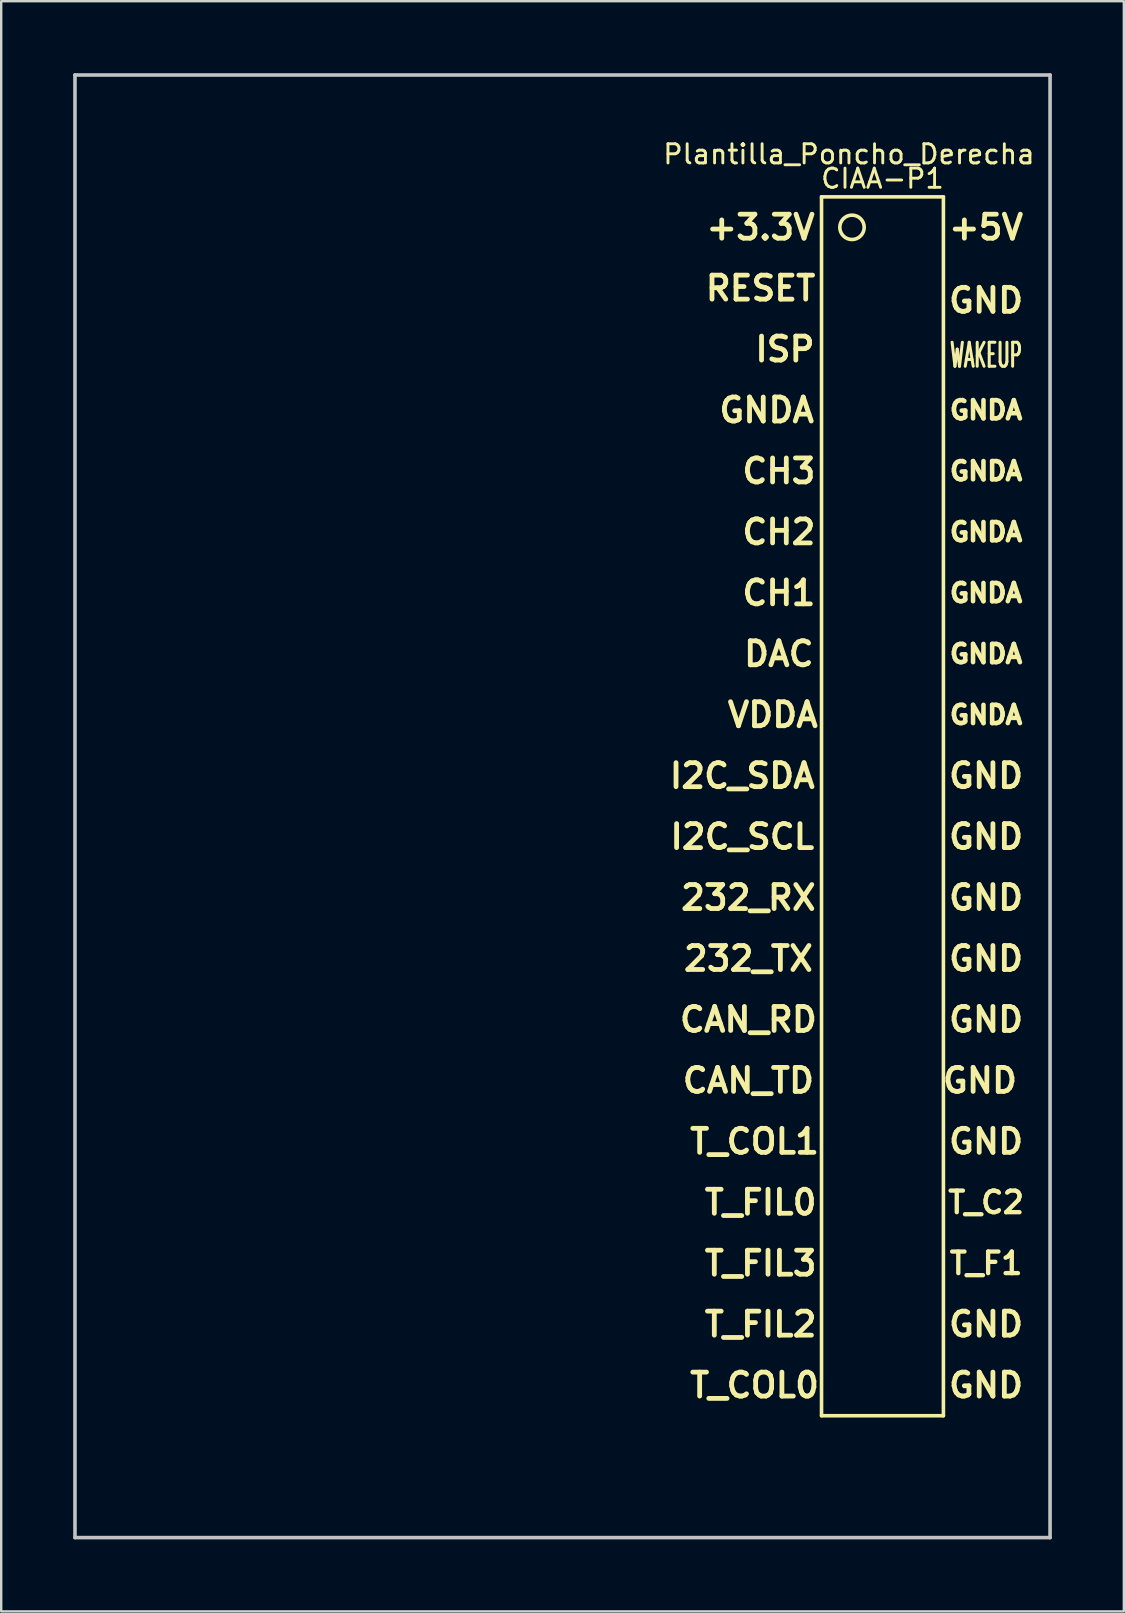
<source format=kicad_pcb>
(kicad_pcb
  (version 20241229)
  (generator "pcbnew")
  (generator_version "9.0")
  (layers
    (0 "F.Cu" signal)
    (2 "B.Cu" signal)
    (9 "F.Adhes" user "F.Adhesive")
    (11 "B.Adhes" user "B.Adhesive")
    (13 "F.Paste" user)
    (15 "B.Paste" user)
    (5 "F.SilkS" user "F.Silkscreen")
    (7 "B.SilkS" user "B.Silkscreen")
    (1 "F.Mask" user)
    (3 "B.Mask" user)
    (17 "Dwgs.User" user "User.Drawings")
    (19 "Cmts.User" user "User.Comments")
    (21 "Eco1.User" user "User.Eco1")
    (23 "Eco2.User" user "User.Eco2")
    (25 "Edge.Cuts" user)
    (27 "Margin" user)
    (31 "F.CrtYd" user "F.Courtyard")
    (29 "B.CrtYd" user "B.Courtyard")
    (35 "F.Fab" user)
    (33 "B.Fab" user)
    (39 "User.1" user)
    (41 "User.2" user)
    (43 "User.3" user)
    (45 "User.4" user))
  (footprint "Plantilla_Poncho_Derecha"
    (layer "F.Cu")
    (at 32.46 6.425)
    (property "Reference" "Plantilla_Poncho_Derecha" (at -0.127 -3.048 0) (layer "F.SilkS") (effects (font (size 0.8 0.8) (thickness 0.12))))
    (attr through_hole)
    (fp_line (start -1.27 49.53) (end -1.27 -1.27) (stroke (width 0.15) (type solid)) (layer "F.SilkS"))
    (fp_line (start 3.81 -1.27) (end -1.27 -1.27) (stroke (width 0.15) (type solid)) (layer "F.SilkS"))
    (fp_line (start 3.81 49.53) (end -1.27 49.53) (stroke (width 0.15) (type solid)) (layer "F.SilkS"))
    (fp_line (start 3.81 49.53) (end 3.81 -1.27) (stroke (width 0.15) (type solid)) (layer "F.SilkS"))
    (fp_circle (center 0 0) (end 0.508 0) (stroke (width 0.15) (type solid)) (fill no) (layer "F.SilkS"))
    (fp_line (start -32.385 -6.35) (end 8.255 -6.35) (stroke (width 0.15) (type solid)) (layer "Dwgs.User"))
    (fp_line (start -32.385 54.61) (end -32.385 -6.35) (stroke (width 0.15) (type solid)) (layer "Dwgs.User"))
    (fp_line (start -32.385 54.61) (end 8.255 54.61) (stroke (width 0.15) (type solid)) (layer "Dwgs.User"))
    (fp_line (start 8.255 54.61) (end 8.255 -6.35) (stroke (width 0.15) (type solid)) (layer "Dwgs.User"))
    (fp_text user "+3.3V" (at -3.81 0 0) (layer "F.SilkS") (effects (font (size 1 1) (thickness 0.2))))
    (fp_text user "GND" (at 5.588 27.94 0) (layer "F.SilkS") (effects (font (size 1 1) (thickness 0.2))))
    (fp_text user "GNDA" (at 5.588 10.16 0) (layer "F.SilkS") (effects (font (size 0.76 0.76) (thickness 0.19))))
    (fp_text user "T_FIL0" (at -3.81 40.64 0) (layer "F.SilkS") (effects (font (size 1 1) (thickness 0.2))))
    (fp_text user "GNDA" (at 5.588 15.24 0) (layer "F.SilkS") (effects (font (size 0.76 0.76) (thickness 0.19))))
    (fp_text user "GND" (at 5.588 45.72 0) (layer "F.SilkS") (effects (font (size 1 1) (thickness 0.2))))
    (fp_text user "GNDA" (at -3.556 7.62 0) (layer "F.SilkS") (effects (font (size 1 1) (thickness 0.2))))
    (fp_text user "I2C_SCL" (at -4.572 25.4 0) (layer "F.SilkS") (effects (font (size 1 1) (thickness 0.2))))
    (fp_text user "GND" (at 5.588 48.26 0) (layer "F.SilkS") (effects (font (size 1 1) (thickness 0.2))))
    (fp_text user "GND" (at 5.588 33.02 0) (layer "F.SilkS") (effects (font (size 1 1) (thickness 0.2))))
    (fp_text user "GND" (at 5.588 30.48 0) (layer "F.SilkS") (effects (font (size 1 1) (thickness 0.2))))
    (fp_text user "ISP" (at -2.794 5.08 0) (layer "F.SilkS") (effects (font (size 1 1) (thickness 0.2))))
    (fp_text user "+5V" (at 5.588 0 0) (layer "F.SilkS") (effects (font (size 1 1) (thickness 0.2))))
    (fp_text user "I2C_SDA" (at -4.572 22.86 0) (layer "F.SilkS") (effects (font (size 1 1) (thickness 0.2))))
    (fp_text user "GNDA" (at 5.588 7.62 0) (layer "F.SilkS") (effects (font (size 0.76 0.76) (thickness 0.19))))
    (fp_text user "GND" (at 5.588 38.1 0) (layer "F.SilkS") (effects (font (size 1 1) (thickness 0.2))))
    (fp_text user "GNDA" (at 5.588 17.78 0) (layer "F.SilkS") (effects (font (size 0.76 0.76) (thickness 0.19))))
    (fp_text user "T_COL0" (at -4.064 48.26 0) (layer "F.SilkS") (effects (font (size 1 1) (thickness 0.2))))
    (fp_text user "CAN_TD" (at -4.318 35.56 0) (layer "F.SilkS") (effects (font (size 1 1) (thickness 0.2))))
    (fp_text user "GNDA" (at 5.588 12.7 0) (layer "F.SilkS") (effects (font (size 0.76 0.76) (thickness 0.19))))
    (fp_text user "T_COL1" (at -4.064 38.1 0) (layer "F.SilkS") (effects (font (size 1 1) (thickness 0.2))))
    (fp_text user "GND" (at 5.588 25.4 0) (layer "F.SilkS") (effects (font (size 1 1) (thickness 0.2))))
    (fp_text user "GND" (at 5.334 35.56 0) (layer "F.SilkS") (effects (font (size 1 1) (thickness 0.2))))
    (fp_text user "CH1" (at -3.048 15.24 0) (layer "F.SilkS") (effects (font (size 1 1) (thickness 0.2))))
    (fp_text user "WAKEUP" (at 5.588 5.334 0) (layer "F.SilkS") (effects (font (size 1 0.5) (thickness 0.125))))
    (fp_text user "CAN_RD" (at -4.318 33.02 0) (layer "F.SilkS") (effects (font (size 1 1) (thickness 0.2))))
    (fp_text user "T_F1" (at 5.588 43.18 0) (layer "F.SilkS") (effects (font (size 0.9 0.9) (thickness 0.18))))
    (fp_text user "RESET" (at -3.81 2.54 0) (layer "F.SilkS") (effects (font (size 1 1) (thickness 0.2))))
    (fp_text user "GND" (at 5.588 22.86 0) (layer "F.SilkS") (effects (font (size 1 1) (thickness 0.2))))
    (fp_text user "GNDA" (at 5.588 20.32 0) (layer "F.SilkS") (effects (font (size 0.76 0.76) (thickness 0.19))))
    (fp_text user "232_RX" (at -4.318 27.94 0) (layer "F.SilkS") (effects (font (size 1 1) (thickness 0.2))))
    (fp_text user "T_FIL2" (at -3.81 45.72 0) (layer "F.SilkS") (effects (font (size 1 1) (thickness 0.2))))
    (fp_text user "CH2" (at -3.048 12.7 0) (layer "F.SilkS") (effects (font (size 1 1) (thickness 0.2))))
    (fp_text user "232_TX" (at -4.318 30.48 0) (layer "F.SilkS") (effects (font (size 1 1) (thickness 0.2))))
    (fp_text user "T_C2" (at 5.588 40.64 0) (layer "F.SilkS") (effects (font (size 0.9 0.9) (thickness 0.18))))
    (fp_text user "CIAA-P1" (at 1.27 -2.032 0) (layer "F.SilkS") (effects (font (size 0.8 0.8) (thickness 0.12))))
    (fp_text user "GND" (at 5.588 3.048 0) (layer "F.SilkS") (effects (font (size 1 1) (thickness 0.2))))
    (fp_text user "T_FIL3" (at -3.81 43.18 0) (layer "F.SilkS") (effects (font (size 1 1) (thickness 0.2))))
    (fp_text user "CH3" (at -3.048 10.16 0) (layer "F.SilkS") (effects (font (size 1 1) (thickness 0.2))))
    (fp_text user "VDDA" (at -3.302 20.32 0) (layer "F.SilkS") (effects (font (size 1 1) (thickness 0.2))))
    (fp_text user "DAC" (at -3.048 17.78 0) (layer "F.SilkS") (effects (font (size 1 1) (thickness 0.2)))))
  (gr_rect
    (start -3 -3)
    (end 43.79 64.11)
    (stroke (width 0.1) (type default))
    (fill no)
    (layer "Edge.Cuts")))
</source>
